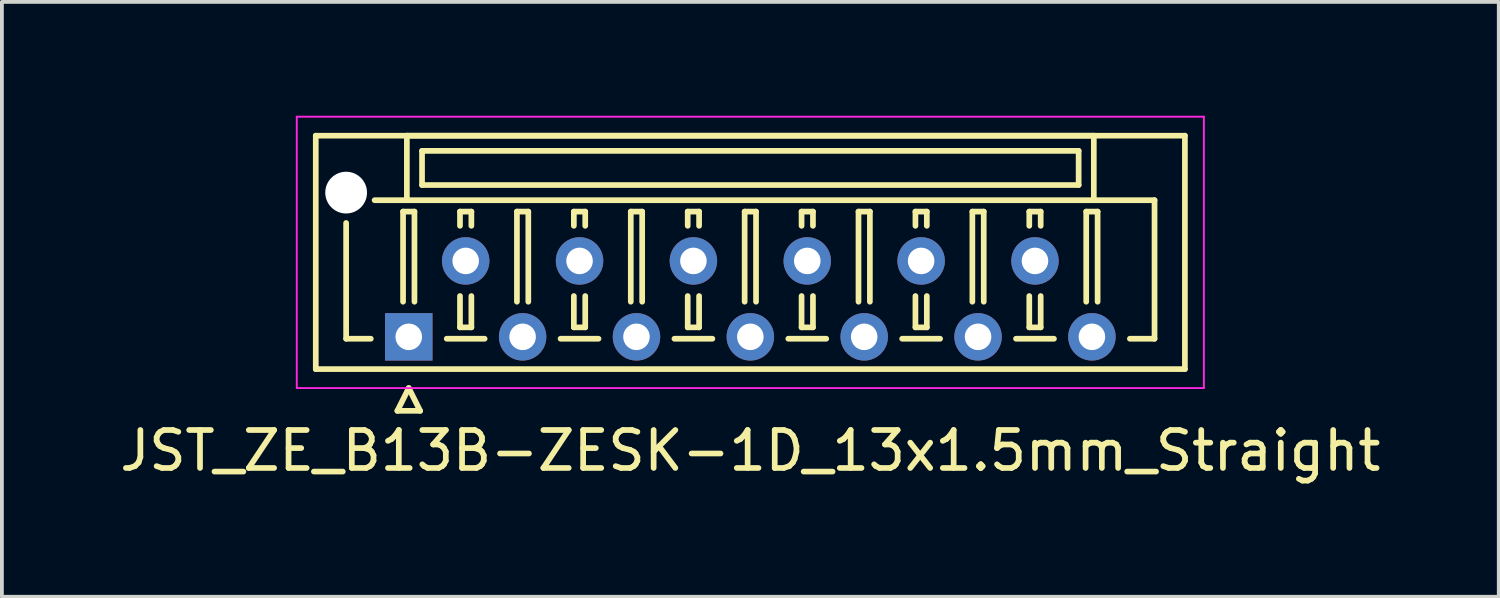
<source format=kicad_pcb>
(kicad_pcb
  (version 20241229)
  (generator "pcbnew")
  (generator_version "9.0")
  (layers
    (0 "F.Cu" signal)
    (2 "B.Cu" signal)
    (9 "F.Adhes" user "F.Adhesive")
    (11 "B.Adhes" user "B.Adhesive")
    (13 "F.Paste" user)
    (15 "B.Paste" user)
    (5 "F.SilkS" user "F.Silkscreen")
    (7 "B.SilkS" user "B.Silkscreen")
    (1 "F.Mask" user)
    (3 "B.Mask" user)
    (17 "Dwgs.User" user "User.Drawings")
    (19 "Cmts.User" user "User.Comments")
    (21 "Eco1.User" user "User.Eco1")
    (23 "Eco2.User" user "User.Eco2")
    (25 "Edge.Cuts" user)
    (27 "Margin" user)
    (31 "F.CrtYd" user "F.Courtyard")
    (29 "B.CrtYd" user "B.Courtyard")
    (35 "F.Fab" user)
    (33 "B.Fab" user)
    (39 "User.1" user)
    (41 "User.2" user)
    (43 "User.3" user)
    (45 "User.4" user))
  (footprint "JST_ZE_B13B-ZESK-1D_13x1.5mm_Straight"
    (layer "F.Cu")
    (at 7.72 5.825)
    (property "Reference" "JST_ZE_B13B-ZESK-1D_13x1.5mm_Straight" (at 9 3 0) (layer "F.SilkS") (effects (font (size 1 1) (thickness 0.15))))
    (attr through_hole)
    (fp_line (start -2.45 -5.3) (end -2.45 0.85) (stroke (width 0.15) (type solid)) (layer "F.SilkS"))
    (fp_line (start -2.45 0.85) (end 20.45 0.85) (stroke (width 0.15) (type solid)) (layer "F.SilkS"))
    (fp_line (start -1.65 -3) (end -1.65 0.05) (stroke (width 0.15) (type solid)) (layer "F.SilkS"))
    (fp_line (start -1.65 0.05) (end -1 0.05) (stroke (width 0.15) (type solid)) (layer "F.SilkS"))
    (fp_line (start -0.3 1.95) (end 0 1.35) (stroke (width 0.15) (type solid)) (layer "F.SilkS"))
    (fp_line (start -0.15 -3.3) (end 0.15 -3.3) (stroke (width 0.15) (type solid)) (layer "F.SilkS"))
    (fp_line (start -0.15 -0.925) (end -0.15 -3.3) (stroke (width 0.15) (type solid)) (layer "F.SilkS"))
    (fp_line (start -0.05 -5.3) (end -0.05 -3.6) (stroke (width 0.15) (type solid)) (layer "F.SilkS"))
    (fp_line (start -0.05 -3.6) (end -0.9 -3.6) (stroke (width 0.15) (type solid)) (layer "F.SilkS"))
    (fp_line (start -0.05 -3.6) (end 18.05 -3.6) (stroke (width 0.15) (type solid)) (layer "F.SilkS"))
    (fp_line (start 0 1.35) (end 0.3 1.95) (stroke (width 0.15) (type solid)) (layer "F.SilkS"))
    (fp_line (start 0.15 -3.3) (end 0.15 -0.925) (stroke (width 0.15) (type solid)) (layer "F.SilkS"))
    (fp_line (start 0.3 1.95) (end -0.3 1.95) (stroke (width 0.15) (type solid)) (layer "F.SilkS"))
    (fp_line (start 0.35 -4.9) (end 0.35 -4) (stroke (width 0.15) (type solid)) (layer "F.SilkS"))
    (fp_line (start 0.35 -4) (end 17.65 -4) (stroke (width 0.15) (type solid)) (layer "F.SilkS"))
    (fp_line (start 1 0.05) (end 2 0.05) (stroke (width 0.15) (type solid)) (layer "F.SilkS"))
    (fp_line (start 1.35 -3.3) (end 1.65 -3.3) (stroke (width 0.15) (type solid)) (layer "F.SilkS"))
    (fp_line (start 1.35 -2.925) (end 1.35 -3.3) (stroke (width 0.15) (type solid)) (layer "F.SilkS"))
    (fp_line (start 1.35 -1.075) (end 1.35 -0.25) (stroke (width 0.15) (type solid)) (layer "F.SilkS"))
    (fp_line (start 1.35 -0.25) (end 1.65 -0.25) (stroke (width 0.15) (type solid)) (layer "F.SilkS"))
    (fp_line (start 1.65 -3.3) (end 1.65 -2.925) (stroke (width 0.15) (type solid)) (layer "F.SilkS"))
    (fp_line (start 1.65 -0.25) (end 1.65 -1.075) (stroke (width 0.15) (type solid)) (layer "F.SilkS"))
    (fp_line (start 2.85 -3.3) (end 3.15 -3.3) (stroke (width 0.15) (type solid)) (layer "F.SilkS"))
    (fp_line (start 2.85 -0.925) (end 2.85 -3.3) (stroke (width 0.15) (type solid)) (layer "F.SilkS"))
    (fp_line (start 3.15 -3.3) (end 3.15 -0.925) (stroke (width 0.15) (type solid)) (layer "F.SilkS"))
    (fp_line (start 4 0.05) (end 5 0.05) (stroke (width 0.15) (type solid)) (layer "F.SilkS"))
    (fp_line (start 4.35 -3.3) (end 4.65 -3.3) (stroke (width 0.15) (type solid)) (layer "F.SilkS"))
    (fp_line (start 4.35 -2.925) (end 4.35 -3.3) (stroke (width 0.15) (type solid)) (layer "F.SilkS"))
    (fp_line (start 4.35 -1.075) (end 4.35 -0.25) (stroke (width 0.15) (type solid)) (layer "F.SilkS"))
    (fp_line (start 4.35 -0.25) (end 4.65 -0.25) (stroke (width 0.15) (type solid)) (layer "F.SilkS"))
    (fp_line (start 4.65 -3.3) (end 4.65 -2.925) (stroke (width 0.15) (type solid)) (layer "F.SilkS"))
    (fp_line (start 4.65 -0.25) (end 4.65 -1.075) (stroke (width 0.15) (type solid)) (layer "F.SilkS"))
    (fp_line (start 5.85 -3.3) (end 6.15 -3.3) (stroke (width 0.15) (type solid)) (layer "F.SilkS"))
    (fp_line (start 5.85 -0.925) (end 5.85 -3.3) (stroke (width 0.15) (type solid)) (layer "F.SilkS"))
    (fp_line (start 6.15 -3.3) (end 6.15 -0.925) (stroke (width 0.15) (type solid)) (layer "F.SilkS"))
    (fp_line (start 7 0.05) (end 8 0.05) (stroke (width 0.15) (type solid)) (layer "F.SilkS"))
    (fp_line (start 7.35 -3.3) (end 7.65 -3.3) (stroke (width 0.15) (type solid)) (layer "F.SilkS"))
    (fp_line (start 7.35 -2.925) (end 7.35 -3.3) (stroke (width 0.15) (type solid)) (layer "F.SilkS"))
    (fp_line (start 7.35 -1.075) (end 7.35 -0.25) (stroke (width 0.15) (type solid)) (layer "F.SilkS"))
    (fp_line (start 7.35 -0.25) (end 7.65 -0.25) (stroke (width 0.15) (type solid)) (layer "F.SilkS"))
    (fp_line (start 7.65 -3.3) (end 7.65 -2.925) (stroke (width 0.15) (type solid)) (layer "F.SilkS"))
    (fp_line (start 7.65 -0.25) (end 7.65 -1.075) (stroke (width 0.15) (type solid)) (layer "F.SilkS"))
    (fp_line (start 8.85 -3.3) (end 9.15 -3.3) (stroke (width 0.15) (type solid)) (layer "F.SilkS"))
    (fp_line (start 8.85 -0.925) (end 8.85 -3.3) (stroke (width 0.15) (type solid)) (layer "F.SilkS"))
    (fp_line (start 9.15 -3.3) (end 9.15 -0.925) (stroke (width 0.15) (type solid)) (layer "F.SilkS"))
    (fp_line (start 10 0.05) (end 11 0.05) (stroke (width 0.15) (type solid)) (layer "F.SilkS"))
    (fp_line (start 10.35 -3.3) (end 10.65 -3.3) (stroke (width 0.15) (type solid)) (layer "F.SilkS"))
    (fp_line (start 10.35 -2.925) (end 10.35 -3.3) (stroke (width 0.15) (type solid)) (layer "F.SilkS"))
    (fp_line (start 10.35 -1.075) (end 10.35 -0.25) (stroke (width 0.15) (type solid)) (layer "F.SilkS"))
    (fp_line (start 10.35 -0.25) (end 10.65 -0.25) (stroke (width 0.15) (type solid)) (layer "F.SilkS"))
    (fp_line (start 10.65 -3.3) (end 10.65 -2.925) (stroke (width 0.15) (type solid)) (layer "F.SilkS"))
    (fp_line (start 10.65 -0.25) (end 10.65 -1.075) (stroke (width 0.15) (type solid)) (layer "F.SilkS"))
    (fp_line (start 11.85 -3.3) (end 12.15 -3.3) (stroke (width 0.15) (type solid)) (layer "F.SilkS"))
    (fp_line (start 11.85 -0.925) (end 11.85 -3.3) (stroke (width 0.15) (type solid)) (layer "F.SilkS"))
    (fp_line (start 12.15 -3.3) (end 12.15 -0.925) (stroke (width 0.15) (type solid)) (layer "F.SilkS"))
    (fp_line (start 13 0.05) (end 14 0.05) (stroke (width 0.15) (type solid)) (layer "F.SilkS"))
    (fp_line (start 13.35 -3.3) (end 13.65 -3.3) (stroke (width 0.15) (type solid)) (layer "F.SilkS"))
    (fp_line (start 13.35 -2.925) (end 13.35 -3.3) (stroke (width 0.15) (type solid)) (layer "F.SilkS"))
    (fp_line (start 13.35 -1.075) (end 13.35 -0.25) (stroke (width 0.15) (type solid)) (layer "F.SilkS"))
    (fp_line (start 13.35 -0.25) (end 13.65 -0.25) (stroke (width 0.15) (type solid)) (layer "F.SilkS"))
    (fp_line (start 13.65 -3.3) (end 13.65 -2.925) (stroke (width 0.15) (type solid)) (layer "F.SilkS"))
    (fp_line (start 13.65 -0.25) (end 13.65 -1.075) (stroke (width 0.15) (type solid)) (layer "F.SilkS"))
    (fp_line (start 14.85 -3.3) (end 15.15 -3.3) (stroke (width 0.15) (type solid)) (layer "F.SilkS"))
    (fp_line (start 14.85 -0.925) (end 14.85 -3.3) (stroke (width 0.15) (type solid)) (layer "F.SilkS"))
    (fp_line (start 15.15 -3.3) (end 15.15 -0.925) (stroke (width 0.15) (type solid)) (layer "F.SilkS"))
    (fp_line (start 16 0.05) (end 17 0.05) (stroke (width 0.15) (type solid)) (layer "F.SilkS"))
    (fp_line (start 16.35 -3.3) (end 16.65 -3.3) (stroke (width 0.15) (type solid)) (layer "F.SilkS"))
    (fp_line (start 16.35 -2.925) (end 16.35 -3.3) (stroke (width 0.15) (type solid)) (layer "F.SilkS"))
    (fp_line (start 16.35 -1.075) (end 16.35 -0.25) (stroke (width 0.15) (type solid)) (layer "F.SilkS"))
    (fp_line (start 16.35 -0.25) (end 16.65 -0.25) (stroke (width 0.15) (type solid)) (layer "F.SilkS"))
    (fp_line (start 16.65 -3.3) (end 16.65 -2.925) (stroke (width 0.15) (type solid)) (layer "F.SilkS"))
    (fp_line (start 16.65 -0.25) (end 16.65 -1.075) (stroke (width 0.15) (type solid)) (layer "F.SilkS"))
    (fp_line (start 17.65 -4.9) (end 0.35 -4.9) (stroke (width 0.15) (type solid)) (layer "F.SilkS"))
    (fp_line (start 17.65 -4) (end 17.65 -4.9) (stroke (width 0.15) (type solid)) (layer "F.SilkS"))
    (fp_line (start 17.85 -3.3) (end 18.15 -3.3) (stroke (width 0.15) (type solid)) (layer "F.SilkS"))
    (fp_line (start 17.85 -0.925) (end 17.85 -3.3) (stroke (width 0.15) (type solid)) (layer "F.SilkS"))
    (fp_line (start 18.05 -5.3) (end -0.05 -5.3) (stroke (width 0.15) (type solid)) (layer "F.SilkS"))
    (fp_line (start 18.05 -3.6) (end 18.05 -5.3) (stroke (width 0.15) (type solid)) (layer "F.SilkS"))
    (fp_line (start 18.05 -3.6) (end 19.65 -3.6) (stroke (width 0.15) (type solid)) (layer "F.SilkS"))
    (fp_line (start 18.15 -3.3) (end 18.15 -0.925) (stroke (width 0.15) (type solid)) (layer "F.SilkS"))
    (fp_line (start 19.65 -3.6) (end 19.65 0.05) (stroke (width 0.15) (type solid)) (layer "F.SilkS"))
    (fp_line (start 19.65 0.05) (end 19 0.05) (stroke (width 0.15) (type solid)) (layer "F.SilkS"))
    (fp_line (start 20.45 -5.3) (end -2.45 -5.3) (stroke (width 0.15) (type solid)) (layer "F.SilkS"))
    (fp_line (start 20.45 0.85) (end 20.45 -5.3) (stroke (width 0.15) (type solid)) (layer "F.SilkS"))
    (fp_line (start -2.95 -5.8) (end -2.95 1.35) (stroke (width 0.05) (type solid)) (layer "F.CrtYd"))
    (fp_line (start -2.95 1.35) (end 20.95 1.35) (stroke (width 0.05) (type solid)) (layer "F.CrtYd"))
    (fp_line (start 20.95 -5.8) (end -2.95 -5.8) (stroke (width 0.05) (type solid)) (layer "F.CrtYd"))
    (fp_line (start 20.95 1.35) (end 20.95 -5.8) (stroke (width 0.05) (type solid)) (layer "F.CrtYd"))
    (pad "" np_thru_hole circle (at -1.65 -3.8) (size 1.1 1.1) (drill 1.1) (layers "*.Cu"))
    (pad "1" thru_hole rect (at 0 0) (size 1.25 1.25) (drill 0.7) (layers "*.Cu" "*.Mask"))
    (pad "2" thru_hole circle (at 1.5 -2) (size 1.25 1.25) (drill 0.7) (layers "*.Cu" "*.Mask"))
    (pad "3" thru_hole circle (at 3 0) (size 1.25 1.25) (drill 0.7) (layers "*.Cu" "*.Mask"))
    (pad "4" thru_hole circle (at 4.5 -2) (size 1.25 1.25) (drill 0.7) (layers "*.Cu" "*.Mask"))
    (pad "5" thru_hole circle (at 6 0) (size 1.25 1.25) (drill 0.7) (layers "*.Cu" "*.Mask"))
    (pad "6" thru_hole circle (at 7.5 -2) (size 1.25 1.25) (drill 0.7) (layers "*.Cu" "*.Mask"))
    (pad "7" thru_hole circle (at 9 0) (size 1.25 1.25) (drill 0.7) (layers "*.Cu" "*.Mask"))
    (pad "8" thru_hole circle (at 10.5 -2) (size 1.25 1.25) (drill 0.7) (layers "*.Cu" "*.Mask"))
    (pad "9" thru_hole circle (at 12 0) (size 1.25 1.25) (drill 0.7) (layers "*.Cu" "*.Mask"))
    (pad "10" thru_hole circle (at 13.5 -2) (size 1.25 1.25) (drill 0.7) (layers "*.Cu" "*.Mask"))
    (pad "11" thru_hole circle (at 15 0) (size 1.25 1.25) (drill 0.7) (layers "*.Cu" "*.Mask"))
    (pad "12" thru_hole circle (at 16.5 -2) (size 1.25 1.25) (drill 0.7) (layers "*.Cu" "*.Mask"))
    (pad "13" thru_hole circle (at 18 0) (size 1.25 1.25) (drill 0.7) (layers "*.Cu" "*.Mask")))
  (gr_rect
    (start -3 -3)
    (end 36.44 12.673)
    (stroke (width 0.1) (type default))
    (fill no)
    (layer "Edge.Cuts")))
</source>
